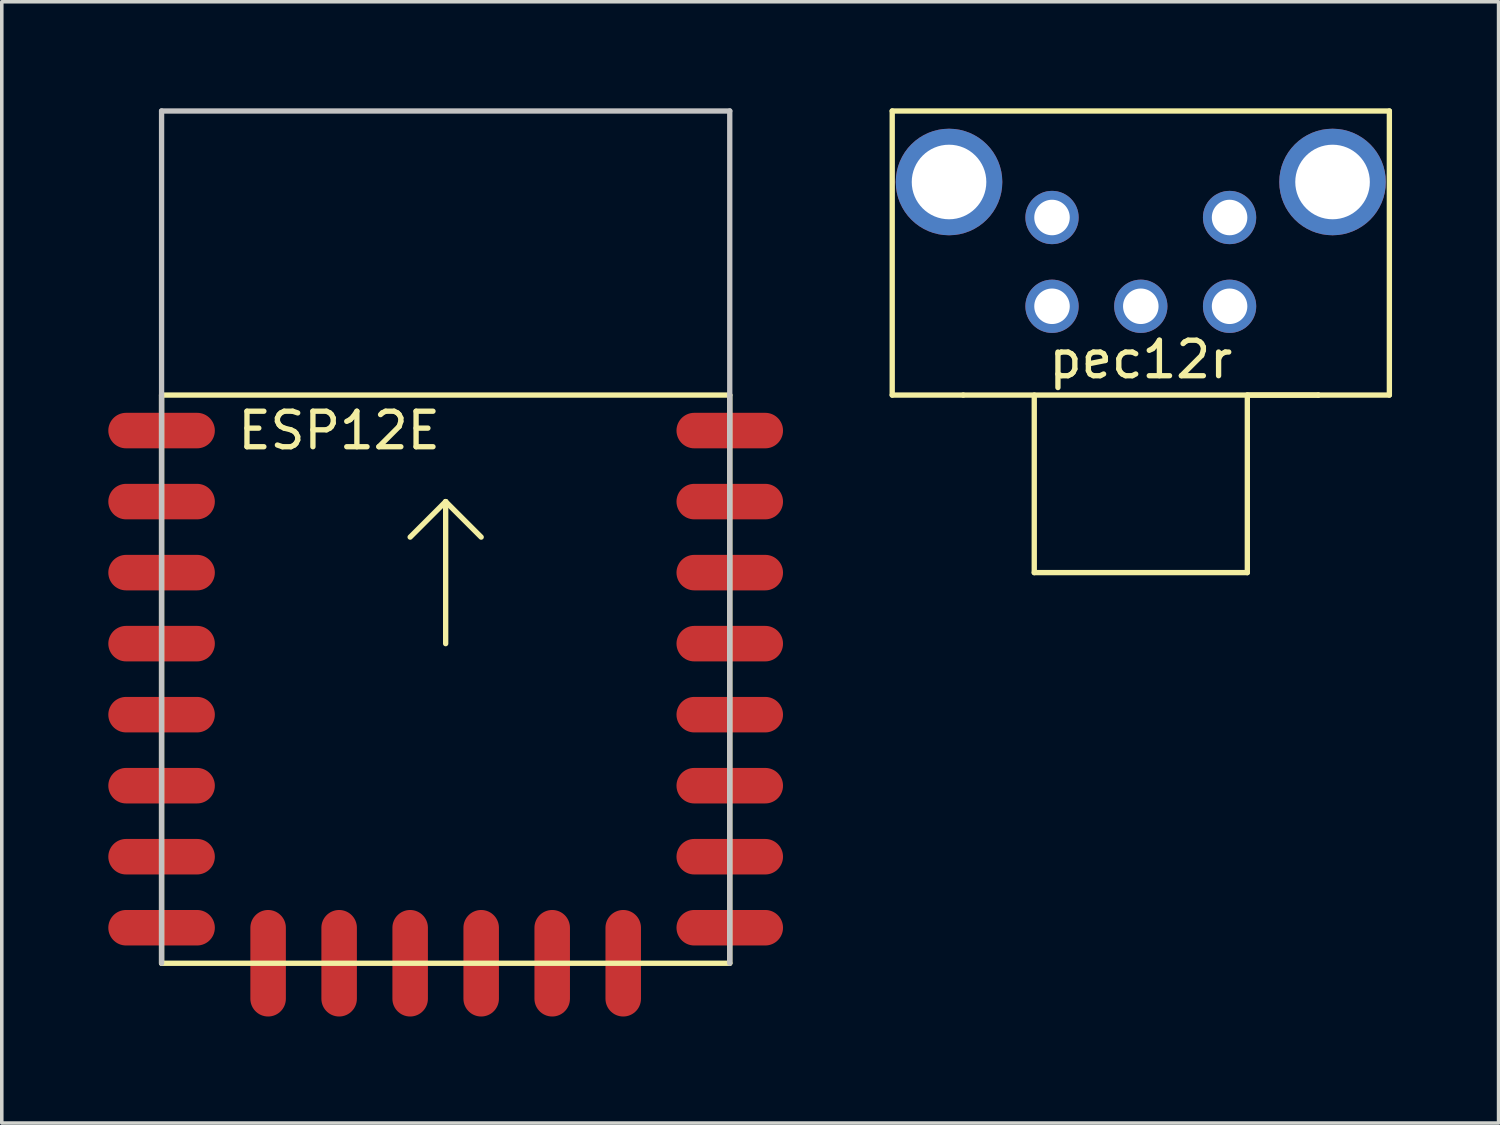
<source format=kicad_pcb>
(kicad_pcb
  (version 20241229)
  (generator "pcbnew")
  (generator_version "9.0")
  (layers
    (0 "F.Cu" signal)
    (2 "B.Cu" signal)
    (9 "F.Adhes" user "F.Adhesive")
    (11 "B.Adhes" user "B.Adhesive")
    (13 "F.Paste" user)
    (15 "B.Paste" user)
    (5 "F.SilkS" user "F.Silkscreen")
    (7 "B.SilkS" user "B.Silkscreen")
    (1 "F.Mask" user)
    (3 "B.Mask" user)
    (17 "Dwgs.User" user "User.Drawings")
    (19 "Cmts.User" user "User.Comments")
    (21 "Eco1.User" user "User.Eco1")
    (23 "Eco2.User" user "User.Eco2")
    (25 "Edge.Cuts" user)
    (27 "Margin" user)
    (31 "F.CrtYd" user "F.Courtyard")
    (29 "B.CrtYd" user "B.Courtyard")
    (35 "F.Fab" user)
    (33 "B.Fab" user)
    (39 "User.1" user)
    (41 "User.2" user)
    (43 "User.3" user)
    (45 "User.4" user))
  (footprint "pec12r"
    (layer "F.Cu")
    (at 29.075 3.075)
    (property "Reference" "pec12r" (at 0 4 0) (layer "F.SilkS") (effects (font (size 1 1) (thickness 0.15))))
    (attr through_hole)
    (fp_line (start -7 -3) (end 7 -3) (stroke (width 0.15) (type solid)) (layer "F.SilkS"))
    (fp_line (start -7 5) (end -7 -3) (stroke (width 0.15) (type solid)) (layer "F.SilkS"))
    (fp_line (start -5 5) (end -7 5) (stroke (width 0.15) (type solid)) (layer "F.SilkS"))
    (fp_line (start -3 10) (end -3 5) (stroke (width 0.15) (type solid)) (layer "F.SilkS"))
    (fp_line (start 3 5) (end 3 10) (stroke (width 0.15) (type solid)) (layer "F.SilkS"))
    (fp_line (start 3 10) (end -3 10) (stroke (width 0.15) (type solid)) (layer "F.SilkS"))
    (fp_line (start 5 5) (end -5 5) (stroke (width 0.15) (type solid)) (layer "F.SilkS"))
    (fp_line (start 5 5) (end 3 5) (stroke (width 0.15) (type solid)) (layer "F.SilkS"))
    (fp_line (start 7 -3) (end 7 5) (stroke (width 0.15) (type solid)) (layer "F.SilkS"))
    (fp_line (start 7 5) (end 5 5) (stroke (width 0.15) (type solid)) (layer "F.SilkS"))
    (pad "1" thru_hole circle (at -2.5 2.5) (size 1.5 1.5) (drill 1) (layers "*.Cu" "*.Mask"))
    (pad "2" thru_hole circle (at 0 2.5) (size 1.5 1.5) (drill 1) (layers "*.Cu" "*.Mask"))
    (pad "3" thru_hole circle (at 2.5 2.5) (size 1.5 1.5) (drill 1) (layers "*.Cu" "*.Mask"))
    (pad "4" thru_hole circle (at -2.5 0) (size 1.5 1.5) (drill 1) (layers "*.Cu" "*.Mask"))
    (pad "5" thru_hole circle (at 2.5 0) (size 1.5 1.5) (drill 1) (layers "*.Cu" "*.Mask"))
    (pad "C" thru_hole circle (at -5.4 -1) (size 3 3) (drill 2.1) (layers "*.Cu" "*.Mask"))
    (pad "C" thru_hole circle (at 5.4 -1) (size 3 3) (drill 2.1) (layers "*.Cu" "*.Mask")))
  (footprint "ESP12E"
    (layer "F.Cu")
    (at 9.5 12.075)
    (property "Reference" "ESP12E" (at -3 -3 0) (layer "F.SilkS") (effects (font (size 1 1) (thickness 0.15))))
    (attr through_hole)
    (fp_line (start -8 -4) (end 8 -4) (stroke (width 0.15) (type solid)) (layer "F.SilkS"))
    (fp_line (start -8 12) (end -8 -4) (stroke (width 0.15) (type solid)) (layer "F.SilkS"))
    (fp_line (start -8 12) (end 8 12) (stroke (width 0.15) (type solid)) (layer "F.SilkS"))
    (fp_line (start 0 -1) (end -1 0) (stroke (width 0.15) (type solid)) (layer "F.SilkS"))
    (fp_line (start 0 -1) (end 0 3) (stroke (width 0.15) (type solid)) (layer "F.SilkS"))
    (fp_line (start 0 -1) (end 1 0) (stroke (width 0.15) (type solid)) (layer "F.SilkS"))
    (fp_line (start 8 -4) (end 8 12) (stroke (width 0.15) (type solid)) (layer "F.SilkS"))
    (fp_line (start -8 -12) (end -8 12) (stroke (width 0.15) (type solid)) (layer "Dwgs.User"))
    (fp_line (start 8 -12) (end -8 -12) (stroke (width 0.15) (type solid)) (layer "Dwgs.User"))
    (fp_line (start 8 12) (end 8 -12) (stroke (width 0.15) (type solid)) (layer "Dwgs.User"))
    (pad "1" smd oval (at -8 -3) (size 3 1) (layers "F.Cu" "F.Mask" "F.Paste"))
    (pad "2" smd oval (at -8 -1) (size 3 1) (layers "F.Cu" "F.Mask" "F.Paste"))
    (pad "3" smd oval (at -8 1) (size 3 1) (layers "F.Cu" "F.Mask" "F.Paste"))
    (pad "4" smd oval (at -8 3) (size 3 1) (layers "F.Cu" "F.Mask" "F.Paste"))
    (pad "5" smd oval (at -8 5) (size 3 1) (layers "F.Cu" "F.Mask" "F.Paste"))
    (pad "6" smd oval (at -8 7) (size 3 1) (layers "F.Cu" "F.Mask" "F.Paste"))
    (pad "7" smd oval (at -8 9) (size 3 1) (layers "F.Cu" "F.Mask" "F.Paste"))
    (pad "8" smd oval (at -8 11) (size 3 1) (layers "F.Cu" "F.Mask" "F.Paste"))
    (pad "9" smd oval (at -5 12 90) (size 3 1) (layers "F.Cu" "F.Mask" "F.Paste"))
    (pad "10" smd oval (at -3 12 90) (size 3 1) (layers "F.Cu" "F.Mask" "F.Paste"))
    (pad "11" smd oval (at -1 12 90) (size 3 1) (layers "F.Cu" "F.Mask" "F.Paste"))
    (pad "12" smd oval (at 1 12 90) (size 3 1) (layers "F.Cu" "F.Mask" "F.Paste"))
    (pad "13" smd oval (at 3 12 90) (size 3 1) (layers "F.Cu" "F.Mask" "F.Paste"))
    (pad "14" smd oval (at 5 12 90) (size 3 1) (layers "F.Cu" "F.Mask" "F.Paste"))
    (pad "15" smd oval (at 8 11 180) (size 3 1) (layers "F.Cu" "F.Mask" "F.Paste"))
    (pad "16" smd oval (at 8 9 180) (size 3 1) (layers "F.Cu" "F.Mask" "F.Paste"))
    (pad "17" smd oval (at 8 7 180) (size 3 1) (layers "F.Cu" "F.Mask" "F.Paste"))
    (pad "18" smd oval (at 8 5 180) (size 3 1) (layers "F.Cu" "F.Mask" "F.Paste"))
    (pad "19" smd oval (at 8 3 180) (size 3 1) (layers "F.Cu" "F.Mask" "F.Paste"))
    (pad "20" smd oval (at 8 1 180) (size 3 1) (layers "F.Cu" "F.Mask" "F.Paste"))
    (pad "21" smd oval (at 8 -1 180) (size 3 1) (layers "F.Cu" "F.Mask" "F.Paste"))
    (pad "22" smd oval (at 8 -3 180) (size 3 1) (layers "F.Cu" "F.Mask" "F.Paste")))
  (gr_rect
    (start -3 -3)
    (end 39.15 28.575)
    (stroke (width 0.1) (type default))
    (fill no)
    (layer "Edge.Cuts")))
</source>
